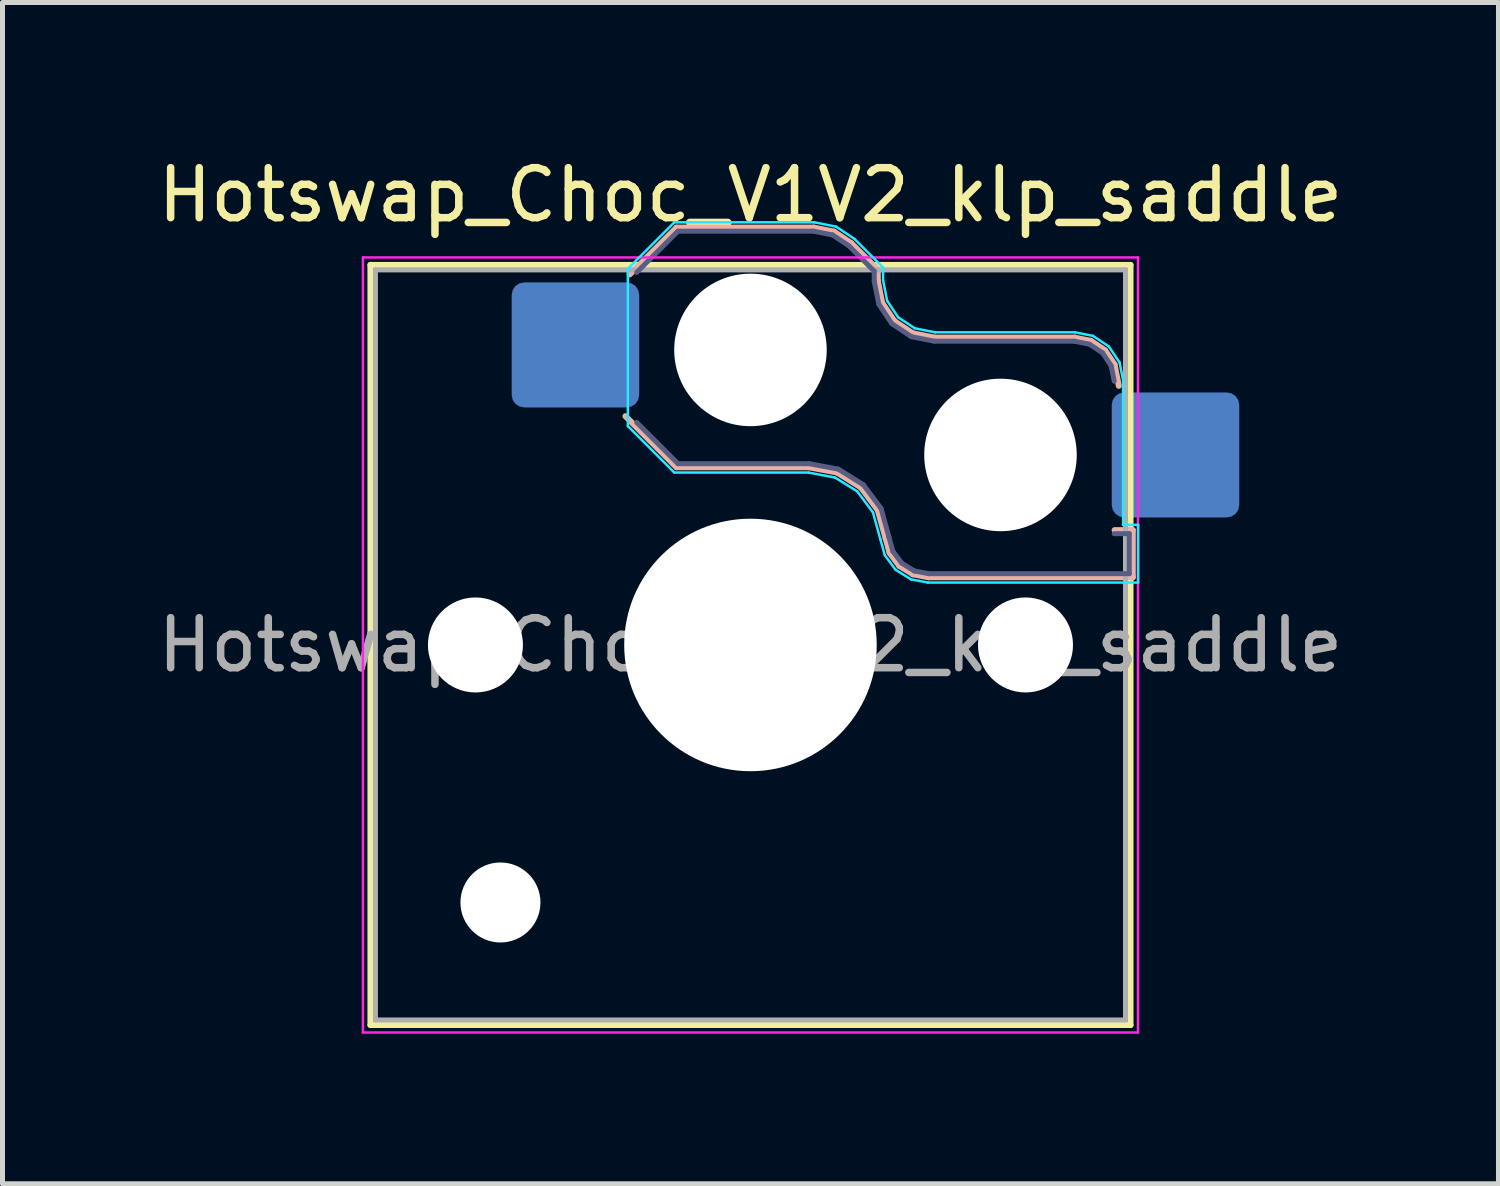
<source format=kicad_pcb>
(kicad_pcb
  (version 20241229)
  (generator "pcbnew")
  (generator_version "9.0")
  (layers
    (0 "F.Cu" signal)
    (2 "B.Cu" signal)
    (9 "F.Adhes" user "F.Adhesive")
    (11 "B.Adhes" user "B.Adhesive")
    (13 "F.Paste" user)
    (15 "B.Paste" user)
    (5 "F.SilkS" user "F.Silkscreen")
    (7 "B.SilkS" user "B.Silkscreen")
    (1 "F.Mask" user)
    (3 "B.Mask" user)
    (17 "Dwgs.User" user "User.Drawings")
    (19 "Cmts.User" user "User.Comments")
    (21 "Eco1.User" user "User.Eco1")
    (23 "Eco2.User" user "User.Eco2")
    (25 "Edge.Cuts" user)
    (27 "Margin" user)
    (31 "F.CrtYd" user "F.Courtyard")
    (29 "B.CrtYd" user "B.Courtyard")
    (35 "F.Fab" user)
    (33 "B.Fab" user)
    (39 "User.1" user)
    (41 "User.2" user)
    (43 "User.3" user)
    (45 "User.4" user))
  (footprint "Hotswap_Choc_V1V2_klp_saddle"
    (layer "F.Cu")
    (at 11.958 9.848)
    (property "Reference" "Hotswap_Choc_V1V2_klp_saddle" (at 0 -9 0) (layer "F.SilkS") (effects (font (size 1 1) (thickness 0.15))))
    (attr smd)
    (fp_line (start -7.6 -7.6) (end -7.6 7.6) (stroke (width 0.12) (type solid)) (layer "F.SilkS"))
    (fp_line (start -7.6 7.6) (end 7.6 7.6) (stroke (width 0.12) (type solid)) (layer "F.SilkS"))
    (fp_line (start 7.6 -7.6) (end -7.6 -7.6) (stroke (width 0.12) (type solid)) (layer "F.SilkS"))
    (fp_line (start 7.6 7.6) (end 7.6 -7.6) (stroke (width 0.12) (type solid)) (layer "F.SilkS"))
    (fp_line (start -2.416 -7.409) (end -1.479 -8.346) (stroke (width 0.12) (type solid)) (layer "B.SilkS"))
    (fp_line (start -1.479 -8.346) (end 1.268 -8.346) (stroke (width 0.12) (type solid)) (layer "B.SilkS"))
    (fp_line (start -1.479 -3.554) (end -2.5 -4.575) (stroke (width 0.12) (type solid)) (layer "B.SilkS"))
    (fp_line (start 1.168 -3.554) (end -1.479 -3.554) (stroke (width 0.12) (type solid)) (layer "B.SilkS"))
    (fp_line (start 1.268 -8.346) (end 1.671 -8.266) (stroke (width 0.12) (type solid)) (layer "B.SilkS"))
    (fp_line (start 1.671 -8.266) (end 2.013 -8.037) (stroke (width 0.12) (type solid)) (layer "B.SilkS"))
    (fp_line (start 1.73 -3.449) (end 1.168 -3.554) (stroke (width 0.12) (type solid)) (layer "B.SilkS"))
    (fp_line (start 2.013 -8.037) (end 2.546 -7.504) (stroke (width 0.12) (type solid)) (layer "B.SilkS"))
    (fp_line (start 2.209 -3.15) (end 1.73 -3.449) (stroke (width 0.12) (type solid)) (layer "B.SilkS"))
    (fp_line (start 2.546 -7.504) (end 2.546 -7.282) (stroke (width 0.12) (type solid)) (layer "B.SilkS"))
    (fp_line (start 2.546 -7.282) (end 2.633 -6.844) (stroke (width 0.12) (type solid)) (layer "B.SilkS"))
    (fp_line (start 2.547 -2.697) (end 2.209 -3.15) (stroke (width 0.12) (type solid)) (layer "B.SilkS"))
    (fp_line (start 2.633 -6.844) (end 2.877 -6.477) (stroke (width 0.12) (type solid)) (layer "B.SilkS"))
    (fp_line (start 2.701 -2.139) (end 2.547 -2.697) (stroke (width 0.12) (type solid)) (layer "B.SilkS"))
    (fp_line (start 2.783 -1.841) (end 2.701 -2.139) (stroke (width 0.12) (type solid)) (layer "B.SilkS"))
    (fp_line (start 2.877 -6.477) (end 3.244 -6.233) (stroke (width 0.12) (type solid)) (layer "B.SilkS"))
    (fp_line (start 2.976 -1.583) (end 2.783 -1.841) (stroke (width 0.12) (type solid)) (layer "B.SilkS"))
    (fp_line (start 3.244 -6.233) (end 3.682 -6.146) (stroke (width 0.12) (type solid)) (layer "B.SilkS"))
    (fp_line (start 3.25 -1.413) (end 2.976 -1.583) (stroke (width 0.12) (type solid)) (layer "B.SilkS"))
    (fp_line (start 3.56 -1.354) (end 3.25 -1.413) (stroke (width 0.12) (type solid)) (layer "B.SilkS"))
    (fp_line (start 3.682 -6.146) (end 6.482 -6.146) (stroke (width 0.12) (type solid)) (layer "B.SilkS"))
    (fp_line (start 6.482 -6.146) (end 6.809 -6.081) (stroke (width 0.12) (type solid)) (layer "B.SilkS"))
    (fp_line (start 6.809 -6.081) (end 7.092 -5.892) (stroke (width 0.12) (type solid)) (layer "B.SilkS"))
    (fp_line (start 7.092 -5.892) (end 7.281 -5.609) (stroke (width 0.12) (type solid)) (layer "B.SilkS"))
    (fp_line (start 7.281 -5.609) (end 7.366 -5.182) (stroke (width 0.12) (type solid)) (layer "B.SilkS"))
    (fp_line (start 7.283 -2.296) (end 7.646 -2.296) (stroke (width 0.12) (type solid)) (layer "B.SilkS"))
    (fp_line (start 7.646 -2.296) (end 7.646 -1.354) (stroke (width 0.12) (type solid)) (layer "B.SilkS"))
    (fp_line (start 7.646 -1.354) (end 3.56 -1.354) (stroke (width 0.12) (type solid)) (layer "B.SilkS"))
    (fp_line (start -7.25 -7.25) (end -7.25 7.25) (stroke (width 0.1) (type solid)) (layer "Eco1.User"))
    (fp_line (start -7.25 7.25) (end 7.25 7.25) (stroke (width 0.1) (type solid)) (layer "Eco1.User"))
    (fp_line (start 7.25 -7.25) (end -7.25 -7.25) (stroke (width 0.1) (type solid)) (layer "Eco1.User"))
    (fp_line (start 7.25 7.25) (end 7.25 -7.25) (stroke (width 0.1) (type solid)) (layer "Eco1.User"))
    (fp_line (start -2.452 -7.523) (end -1.523 -8.452) (stroke (width 0.05) (type solid)) (layer "B.CrtYd"))
    (fp_line (start -2.452 -4.377) (end -2.452 -7.523) (stroke (width 0.05) (type solid)) (layer "B.CrtYd"))
    (fp_line (start -1.523 -8.452) (end 1.278 -8.452) (stroke (width 0.05) (type solid)) (layer "B.CrtYd"))
    (fp_line (start -1.523 -3.448) (end -2.452 -4.377) (stroke (width 0.05) (type solid)) (layer "B.CrtYd"))
    (fp_line (start 1.159 -3.448) (end -1.523 -3.448) (stroke (width 0.05) (type solid)) (layer "B.CrtYd"))
    (fp_line (start 1.278 -8.452) (end 1.712 -8.366) (stroke (width 0.05) (type solid)) (layer "B.CrtYd"))
    (fp_line (start 1.691 -3.348) (end 1.159 -3.448) (stroke (width 0.05) (type solid)) (layer "B.CrtYd"))
    (fp_line (start 1.712 -8.366) (end 2.081 -8.119) (stroke (width 0.05) (type solid)) (layer "B.CrtYd"))
    (fp_line (start 2.081 -8.119) (end 2.652 -7.548) (stroke (width 0.05) (type solid)) (layer "B.CrtYd"))
    (fp_line (start 2.136 -3.071) (end 1.691 -3.348) (stroke (width 0.05) (type solid)) (layer "B.CrtYd"))
    (fp_line (start 2.45 -2.65) (end 2.136 -3.071) (stroke (width 0.05) (type solid)) (layer "B.CrtYd"))
    (fp_line (start 2.599 -2.111) (end 2.45 -2.65) (stroke (width 0.05) (type solid)) (layer "B.CrtYd"))
    (fp_line (start 2.652 -7.548) (end 2.652 -7.292) (stroke (width 0.05) (type solid)) (layer "B.CrtYd"))
    (fp_line (start 2.652 -7.292) (end 2.733 -6.885) (stroke (width 0.05) (type solid)) (layer "B.CrtYd"))
    (fp_line (start 2.687 -1.794) (end 2.599 -2.111) (stroke (width 0.05) (type solid)) (layer "B.CrtYd"))
    (fp_line (start 2.733 -6.885) (end 2.953 -6.553) (stroke (width 0.05) (type solid)) (layer "B.CrtYd"))
    (fp_line (start 2.903 -1.503) (end 2.687 -1.794) (stroke (width 0.05) (type solid)) (layer "B.CrtYd"))
    (fp_line (start 2.953 -6.553) (end 3.285 -6.333) (stroke (width 0.05) (type solid)) (layer "B.CrtYd"))
    (fp_line (start 3.211 -1.312) (end 2.903 -1.503) (stroke (width 0.05) (type solid)) (layer "B.CrtYd"))
    (fp_line (start 3.285 -6.333) (end 3.692 -6.252) (stroke (width 0.05) (type solid)) (layer "B.CrtYd"))
    (fp_line (start 3.55 -1.248) (end 3.211 -1.312) (stroke (width 0.05) (type solid)) (layer "B.CrtYd"))
    (fp_line (start 3.692 -6.252) (end 6.492 -6.252) (stroke (width 0.05) (type solid)) (layer "B.CrtYd"))
    (fp_line (start 6.492 -6.252) (end 6.85 -6.181) (stroke (width 0.05) (type solid)) (layer "B.CrtYd"))
    (fp_line (start 6.85 -6.181) (end 7.168 -5.968) (stroke (width 0.05) (type solid)) (layer "B.CrtYd"))
    (fp_line (start 7.168 -5.968) (end 7.381 -5.65) (stroke (width 0.05) (type solid)) (layer "B.CrtYd"))
    (fp_line (start 7.381 -5.65) (end 7.452 -5.292) (stroke (width 0.05) (type solid)) (layer "B.CrtYd"))
    (fp_line (start 7.452 -5.292) (end 7.452 -2.402) (stroke (width 0.05) (type solid)) (layer "B.CrtYd"))
    (fp_line (start 7.452 -2.402) (end 7.752 -2.402) (stroke (width 0.05) (type solid)) (layer "B.CrtYd"))
    (fp_line (start 7.752 -2.402) (end 7.752 -1.248) (stroke (width 0.05) (type solid)) (layer "B.CrtYd"))
    (fp_line (start 7.752 -1.248) (end 3.55 -1.248) (stroke (width 0.05) (type solid)) (layer "B.CrtYd"))
    (fp_line (start -7.75 -7.75) (end -7.75 7.75) (stroke (width 0.05) (type solid)) (layer "F.CrtYd"))
    (fp_line (start -7.75 7.75) (end 7.75 7.75) (stroke (width 0.05) (type solid)) (layer "F.CrtYd"))
    (fp_line (start 7.75 -7.75) (end -7.75 -7.75) (stroke (width 0.05) (type solid)) (layer "F.CrtYd"))
    (fp_line (start 7.75 7.75) (end 7.75 -7.75) (stroke (width 0.05) (type solid)) (layer "F.CrtYd"))
    (fp_line (start -2.275 -7.45) (end -1.45 -8.275) (stroke (width 0.1) (type solid)) (layer "B.Fab"))
    (fp_line (start -1.45 -8.275) (end 1.261 -8.275) (stroke (width 0.1) (type solid)) (layer "B.Fab"))
    (fp_line (start -1.45 -3.625) (end -2.275 -4.45) (stroke (width 0.1) (type solid)) (layer "B.Fab"))
    (fp_line (start 1.175 -3.625) (end -1.45 -3.625) (stroke (width 0.1) (type solid)) (layer "B.Fab"))
    (fp_line (start 1.261 -8.275) (end 1.643 -8.199) (stroke (width 0.1) (type solid)) (layer "B.Fab"))
    (fp_line (start 1.643 -8.199) (end 1.968 -7.982) (stroke (width 0.1) (type solid)) (layer "B.Fab"))
    (fp_line (start 1.756 -3.516) (end 1.175 -3.625) (stroke (width 0.1) (type solid)) (layer "B.Fab"))
    (fp_line (start 1.968 -7.982) (end 2.475 -7.475) (stroke (width 0.1) (type solid)) (layer "B.Fab"))
    (fp_line (start 2.258 -3.203) (end 1.756 -3.516) (stroke (width 0.1) (type solid)) (layer "B.Fab"))
    (fp_line (start 2.475 -7.475) (end 2.475 -7.275) (stroke (width 0.1) (type solid)) (layer "B.Fab"))
    (fp_line (start 2.475 -7.275) (end 2.566 -6.816) (stroke (width 0.1) (type solid)) (layer "B.Fab"))
    (fp_line (start 2.566 -6.816) (end 2.826 -6.426) (stroke (width 0.1) (type solid)) (layer "B.Fab"))
    (fp_line (start 2.612 -2.729) (end 2.258 -3.203) (stroke (width 0.1) (type solid)) (layer "B.Fab"))
    (fp_line (start 2.769 -2.158) (end 2.612 -2.729) (stroke (width 0.1) (type solid)) (layer "B.Fab"))
    (fp_line (start 2.826 -6.426) (end 3.216 -6.166) (stroke (width 0.1) (type solid)) (layer "B.Fab"))
    (fp_line (start 2.848 -1.873) (end 2.769 -2.158) (stroke (width 0.1) (type solid)) (layer "B.Fab"))
    (fp_line (start 3.025 -1.636) (end 2.848 -1.873) (stroke (width 0.1) (type solid)) (layer "B.Fab"))
    (fp_line (start 3.216 -6.166) (end 3.675 -6.075) (stroke (width 0.1) (type solid)) (layer "B.Fab"))
    (fp_line (start 3.276 -1.48) (end 3.025 -1.636) (stroke (width 0.1) (type solid)) (layer "B.Fab"))
    (fp_line (start 3.567 -1.425) (end 3.276 -1.48) (stroke (width 0.1) (type solid)) (layer "B.Fab"))
    (fp_line (start 3.675 -6.075) (end 6.475 -6.075) (stroke (width 0.1) (type solid)) (layer "B.Fab"))
    (fp_line (start 6.475 -6.075) (end 6.781 -6.014) (stroke (width 0.1) (type solid)) (layer "B.Fab"))
    (fp_line (start 6.781 -6.014) (end 7.041 -5.841) (stroke (width 0.1) (type solid)) (layer "B.Fab"))
    (fp_line (start 7.041 -5.841) (end 7.214 -5.581) (stroke (width 0.1) (type solid)) (layer "B.Fab"))
    (fp_line (start 7.214 -5.581) (end 7.275 -5.275) (stroke (width 0.1) (type solid)) (layer "B.Fab"))
    (fp_line (start 7.275 -2.225) (end 7.575 -2.225) (stroke (width 0.1) (type solid)) (layer "B.Fab"))
    (fp_line (start 7.575 -2.225) (end 7.575 -1.425) (stroke (width 0.1) (type solid)) (layer "B.Fab"))
    (fp_line (start 7.575 -1.425) (end 3.567 -1.425) (stroke (width 0.1) (type solid)) (layer "B.Fab"))
    (fp_line (start -7.5 -7.5) (end -7.5 7.5) (stroke (width 0.1) (type solid)) (layer "F.Fab"))
    (fp_line (start -7.5 7.5) (end 7.5 7.5) (stroke (width 0.1) (type solid)) (layer "F.Fab"))
    (fp_line (start 7.5 -7.5) (end -7.5 -7.5) (stroke (width 0.1) (type solid)) (layer "F.Fab"))
    (fp_line (start 7.5 7.5) (end 7.5 -7.5) (stroke (width 0.1) (type solid)) (layer "F.Fab"))
    (fp_text user "${REFERENCE}" (at 0 0 0) (layer "F.Fab") (effects (font (size 1 1) (thickness 0.15))))
    (pad "" np_thru_hole circle (at -5.5 0) (size 1.9 1.9) (drill 1.9) (layers "*.Cu" "*.Mask"))
    (pad "" np_thru_hole circle (at -5 5.15) (size 1.6 1.6) (drill 1.6) (layers "*.Cu" "*.Mask"))
    (pad "" np_thru_hole circle (at 0 -5.9) (size 3.05 3.05) (drill 3.05) (layers "*.Cu" "*.Mask"))
    (pad "" np_thru_hole circle (at 0 0) (size 5.05 5.05) (drill 5.05) (layers "*.Cu" "*.Mask"))
    (pad "" np_thru_hole circle (at 5 -3.8) (size 3.05 3.05) (drill 3.05) (layers "*.Cu" "*.Mask"))
    (pad "" np_thru_hole circle (at 5.5 0) (size 1.9 1.9) (drill 1.9) (layers "*.Cu" "*.Mask"))
    (pad "1" smd roundrect (at -3.5 -6) (size 2.55 2.5) (layers "B.Cu" "B.Mask" "B.Paste") (roundrect_rratio 0.1))
    (pad "2" smd roundrect (at 8.5 -3.8) (size 2.55 2.5) (layers "B.Cu" "B.Mask" "B.Paste") (roundrect_rratio 0.1)))
  (gr_rect
    (start -3 -3)
    (end 26.917 20.623)
    (stroke (width 0.1) (type default))
    (fill no)
    (layer "Edge.Cuts")))
</source>
